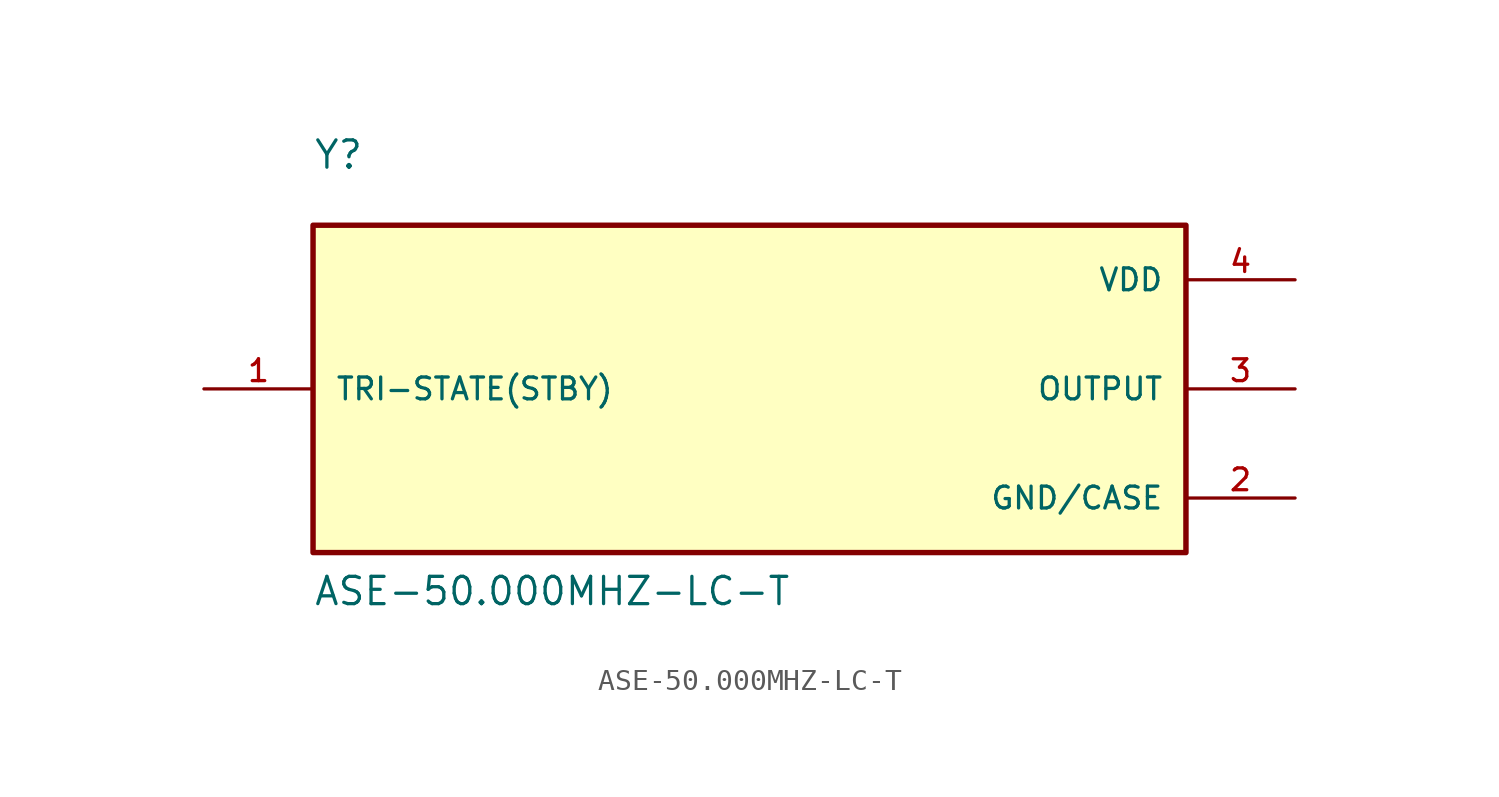
<source format=kicad_sym>
(kicad_symbol_lib
  (version 20211014)
  (generator kicad_symbol_editor)
  (symbol "ASE-50.000MHZ-LC-T"
    (pin_names
      (offset 1.016))
    (property "Reference" "Y"
      (at -20.32 10.16 0)
      (effects (font (size 1.27 1.27)) (justify bottom left)))
    (property "Value" "ASE-50.000MHZ-LC-T"
      (at -20.32 -10.16 0)
      (effects (font (size 1.27 1.27)) (justify bottom left)))
    (symbol "ASE-50.000MHZ-LC-T_0_0"
      (rectangle (start -20.32 -7.62) (end 20.32 7.62) (stroke (width 0.254)) (fill (type background)))
      (pin power_in line (at 25.4 5.08 180.0) (length 5.08) (name "VDD" (effects (font (size 1.016 1.016)))) (number "4" (effects (font (size 1.016 1.016)))))
      (pin passive line (at -25.4 0.0 0) (length 5.08) (name "TRI-STATE(STBY)" (effects (font (size 1.016 1.016)))) (number "1" (effects (font (size 1.016 1.016)))))
      (pin power_in line (at 25.4 -5.08 180.0) (length 5.08) (name "GND/CASE" (effects (font (size 1.016 1.016)))) (number "2" (effects (font (size 1.016 1.016)))))
      (pin output line (at 25.4 0.0 180.0) (length 5.08) (name "OUTPUT" (effects (font (size 1.016 1.016)))) (number "3" (effects (font (size 1.016 1.016))))))))
</source>
